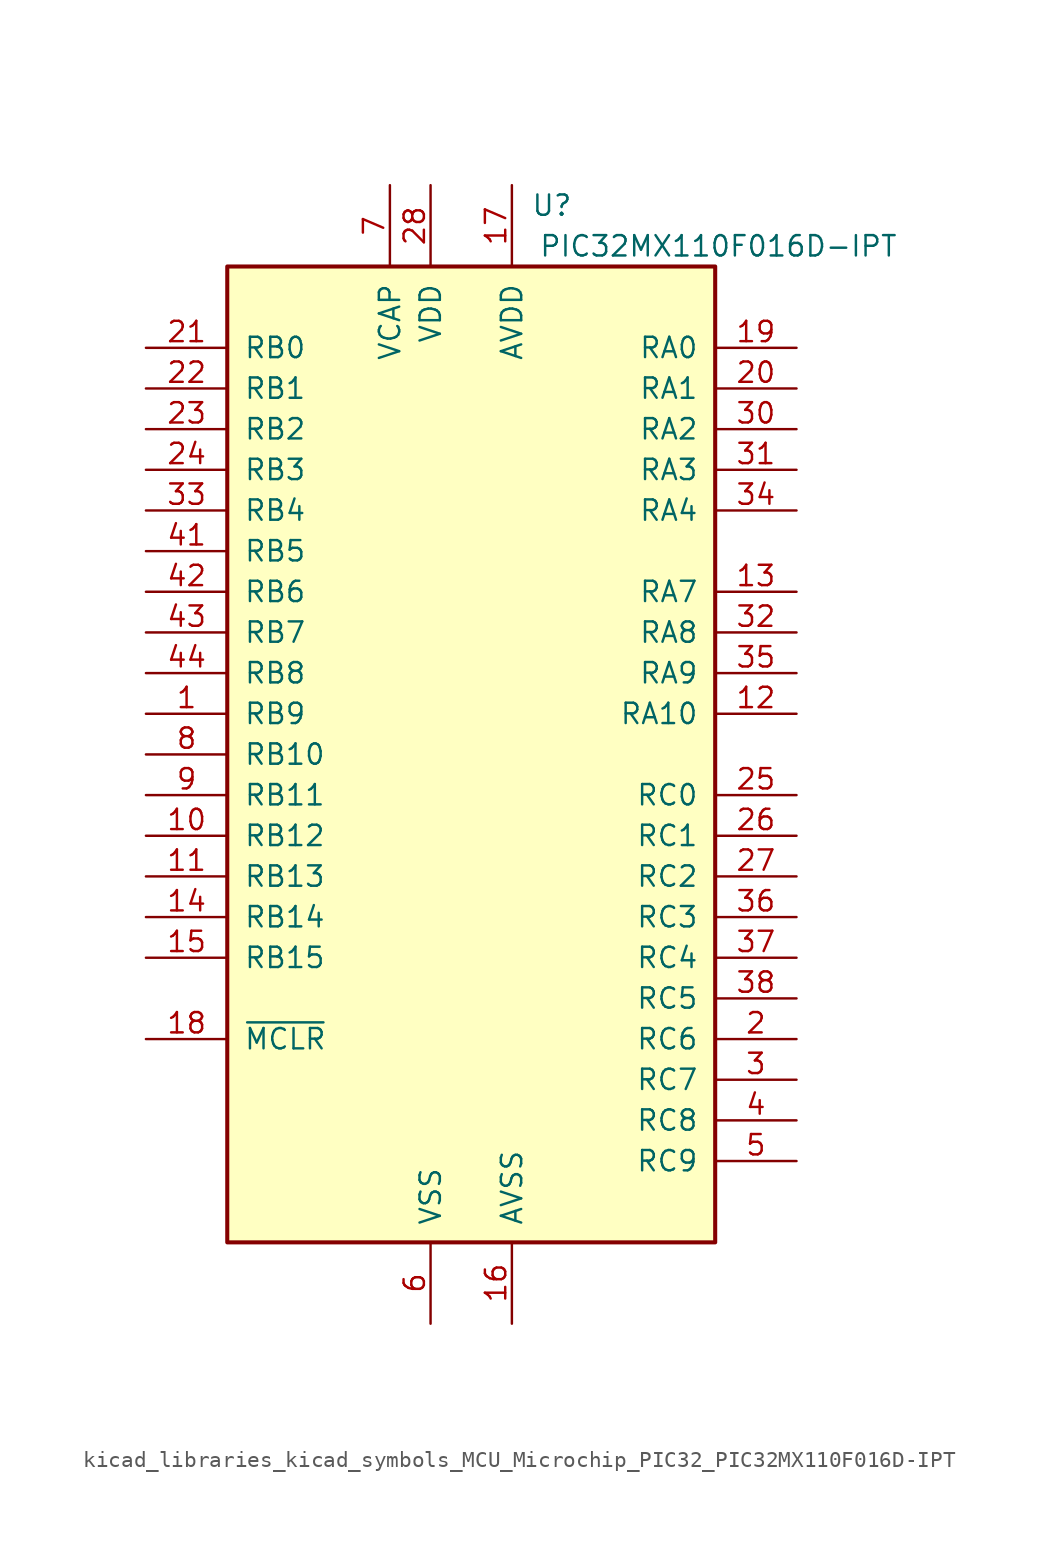
<source format=kicad_sym>
(kicad_symbol_lib
  (version 20220914)
  (generator kicad_symbol_editor)
  (symbol "kicad_libraries_kicad_symbols_MCU_Microchip_PIC32_PIC32MX110F016D-IPT"
    (pin_names
      (offset 1.016))
    (property "Reference" "U"
      (at 6.35 34.29 0)
      (effects (font (size 1.27 1.27)) (justify right)))
    (property "Value" "PIC32MX110F016D-IPT"
      (at 26.67 31.75 0)
      (effects (font (size 1.27 1.27)) (justify right)))
    (symbol "kicad_libraries_kicad_symbols_MCU_Microchip_PIC32_PIC32MX110F016D-IPT_0_1"
      (rectangle (start -15.24 30.48) (end 15.24 -30.48) (stroke (width 0.254) (type default)) (fill (type background))))
    (symbol "kicad_libraries_kicad_symbols_MCU_Microchip_PIC32_PIC32MX110F016D-IPT_1_1"
      (pin bidirectional line (at -20.32 2.54 0) (length 5.08) (name "RB9" (effects (font (size 1.27 1.27)))) (number "1" (effects (font (size 1.27 1.27)))))
      (pin bidirectional line (at -20.32 -5.08 0) (length 5.08) (name "RB12" (effects (font (size 1.27 1.27)))) (number "10" (effects (font (size 1.27 1.27)))))
      (pin bidirectional line (at -20.32 -7.62 0) (length 5.08) (name "RB13" (effects (font (size 1.27 1.27)))) (number "11" (effects (font (size 1.27 1.27)))))
      (pin bidirectional line (at 20.32 2.54 180) (length 5.08) (name "RA10" (effects (font (size 1.27 1.27)))) (number "12" (effects (font (size 1.27 1.27)))))
      (pin bidirectional line (at 20.32 10.16 180) (length 5.08) (name "RA7" (effects (font (size 1.27 1.27)))) (number "13" (effects (font (size 1.27 1.27)))))
      (pin bidirectional line (at -20.32 -10.16 0) (length 5.08) (name "RB14" (effects (font (size 1.27 1.27)))) (number "14" (effects (font (size 1.27 1.27)))))
      (pin bidirectional line (at -20.32 -12.7 0) (length 5.08) (name "RB15" (effects (font (size 1.27 1.27)))) (number "15" (effects (font (size 1.27 1.27)))))
      (pin power_in line (at 2.54 -35.56 90) (length 5.08) (name "AVSS" (effects (font (size 1.27 1.27)))) (number "16" (effects (font (size 1.27 1.27)))))
      (pin power_in line (at 2.54 35.56 270) (length 5.08) (name "AVDD" (effects (font (size 1.27 1.27)))) (number "17" (effects (font (size 1.27 1.27)))))
      (pin input line (at -20.32 -17.78 0) (length 5.08) (name "~{MCLR}" (effects (font (size 1.27 1.27)))) (number "18" (effects (font (size 1.27 1.27)))))
      (pin input line (at 20.32 25.4 180) (length 5.08) (name "RA0" (effects (font (size 1.27 1.27)))) (number "19" (effects (font (size 1.27 1.27)))))
      (pin bidirectional line (at 20.32 -17.78 180) (length 5.08) (name "RC6" (effects (font (size 1.27 1.27)))) (number "2" (effects (font (size 1.27 1.27)))))
      (pin input line (at 20.32 22.86 180) (length 5.08) (name "RA1" (effects (font (size 1.27 1.27)))) (number "20" (effects (font (size 1.27 1.27)))))
      (pin input line (at -20.32 25.4 0) (length 5.08) (name "RB0" (effects (font (size 1.27 1.27)))) (number "21" (effects (font (size 1.27 1.27)))))
      (pin input line (at -20.32 22.86 0) (length 5.08) (name "RB1" (effects (font (size 1.27 1.27)))) (number "22" (effects (font (size 1.27 1.27)))))
      (pin input line (at -20.32 20.32 0) (length 5.08) (name "RB2" (effects (font (size 1.27 1.27)))) (number "23" (effects (font (size 1.27 1.27)))))
      (pin input line (at -20.32 17.78 0) (length 5.08) (name "RB3" (effects (font (size 1.27 1.27)))) (number "24" (effects (font (size 1.27 1.27)))))
      (pin input line (at 20.32 -2.54 180) (length 5.08) (name "RC0" (effects (font (size 1.27 1.27)))) (number "25" (effects (font (size 1.27 1.27)))))
      (pin input line (at 20.32 -5.08 180) (length 5.08) (name "RC1" (effects (font (size 1.27 1.27)))) (number "26" (effects (font (size 1.27 1.27)))))
      (pin input line (at 20.32 -7.62 180) (length 5.08) (name "RC2" (effects (font (size 1.27 1.27)))) (number "27" (effects (font (size 1.27 1.27)))))
      (pin power_in line (at -2.54 35.56 270) (length 5.08) (name "VDD" (effects (font (size 1.27 1.27)))) (number "28" (effects (font (size 1.27 1.27)))))
      (pin passive line (at -2.54 -35.56 90) (length 5.08) hide (name "VSS" (effects (font (size 1.27 1.27)))) (number "29" (effects (font (size 1.27 1.27)))))
      (pin bidirectional line (at 20.32 -20.32 180) (length 5.08) (name "RC7" (effects (font (size 1.27 1.27)))) (number "3" (effects (font (size 1.27 1.27)))))
      (pin input line (at 20.32 20.32 180) (length 5.08) (name "RA2" (effects (font (size 1.27 1.27)))) (number "30" (effects (font (size 1.27 1.27)))))
      (pin input line (at 20.32 17.78 180) (length 5.08) (name "RA3" (effects (font (size 1.27 1.27)))) (number "31" (effects (font (size 1.27 1.27)))))
      (pin input line (at 20.32 7.62 180) (length 5.08) (name "RA8" (effects (font (size 1.27 1.27)))) (number "32" (effects (font (size 1.27 1.27)))))
      (pin input line (at -20.32 15.24 0) (length 5.08) (name "RB4" (effects (font (size 1.27 1.27)))) (number "33" (effects (font (size 1.27 1.27)))))
      (pin input line (at 20.32 15.24 180) (length 5.08) (name "RA4" (effects (font (size 1.27 1.27)))) (number "34" (effects (font (size 1.27 1.27)))))
      (pin input line (at 20.32 5.08 180) (length 5.08) (name "RA9" (effects (font (size 1.27 1.27)))) (number "35" (effects (font (size 1.27 1.27)))))
      (pin input line (at 20.32 -10.16 180) (length 5.08) (name "RC3" (effects (font (size 1.27 1.27)))) (number "36" (effects (font (size 1.27 1.27)))))
      (pin input line (at 20.32 -12.7 180) (length 5.08) (name "RC4" (effects (font (size 1.27 1.27)))) (number "37" (effects (font (size 1.27 1.27)))))
      (pin input line (at 20.32 -15.24 180) (length 5.08) (name "RC5" (effects (font (size 1.27 1.27)))) (number "38" (effects (font (size 1.27 1.27)))))
      (pin passive line (at -2.54 -35.56 90) (length 5.08) hide (name "VSS" (effects (font (size 1.27 1.27)))) (number "39" (effects (font (size 1.27 1.27)))))
      (pin bidirectional line (at 20.32 -22.86 180) (length 5.08) (name "RC8" (effects (font (size 1.27 1.27)))) (number "4" (effects (font (size 1.27 1.27)))))
      (pin passive line (at -2.54 35.56 270) (length 5.08) hide (name "VDD" (effects (font (size 1.27 1.27)))) (number "40" (effects (font (size 1.27 1.27)))))
      (pin input line (at -20.32 12.7 0) (length 5.08) (name "RB5" (effects (font (size 1.27 1.27)))) (number "41" (effects (font (size 1.27 1.27)))))
      (pin input line (at -20.32 10.16 0) (length 5.08) (name "RB6" (effects (font (size 1.27 1.27)))) (number "42" (effects (font (size 1.27 1.27)))))
      (pin input line (at -20.32 7.62 0) (length 5.08) (name "RB7" (effects (font (size 1.27 1.27)))) (number "43" (effects (font (size 1.27 1.27)))))
      (pin input line (at -20.32 5.08 0) (length 5.08) (name "RB8" (effects (font (size 1.27 1.27)))) (number "44" (effects (font (size 1.27 1.27)))))
      (pin bidirectional line (at 20.32 -25.4 180) (length 5.08) (name "RC9" (effects (font (size 1.27 1.27)))) (number "5" (effects (font (size 1.27 1.27)))))
      (pin power_in line (at -2.54 -35.56 90) (length 5.08) (name "VSS" (effects (font (size 1.27 1.27)))) (number "6" (effects (font (size 1.27 1.27)))))
      (pin power_in line (at -5.08 35.56 270) (length 5.08) (name "VCAP" (effects (font (size 1.27 1.27)))) (number "7" (effects (font (size 1.27 1.27)))))
      (pin bidirectional line (at -20.32 0 0) (length 5.08) (name "RB10" (effects (font (size 1.27 1.27)))) (number "8" (effects (font (size 1.27 1.27)))))
      (pin bidirectional line (at -20.32 -2.54 0) (length 5.08) (name "RB11" (effects (font (size 1.27 1.27)))) (number "9" (effects (font (size 1.27 1.27))))))))
</source>
